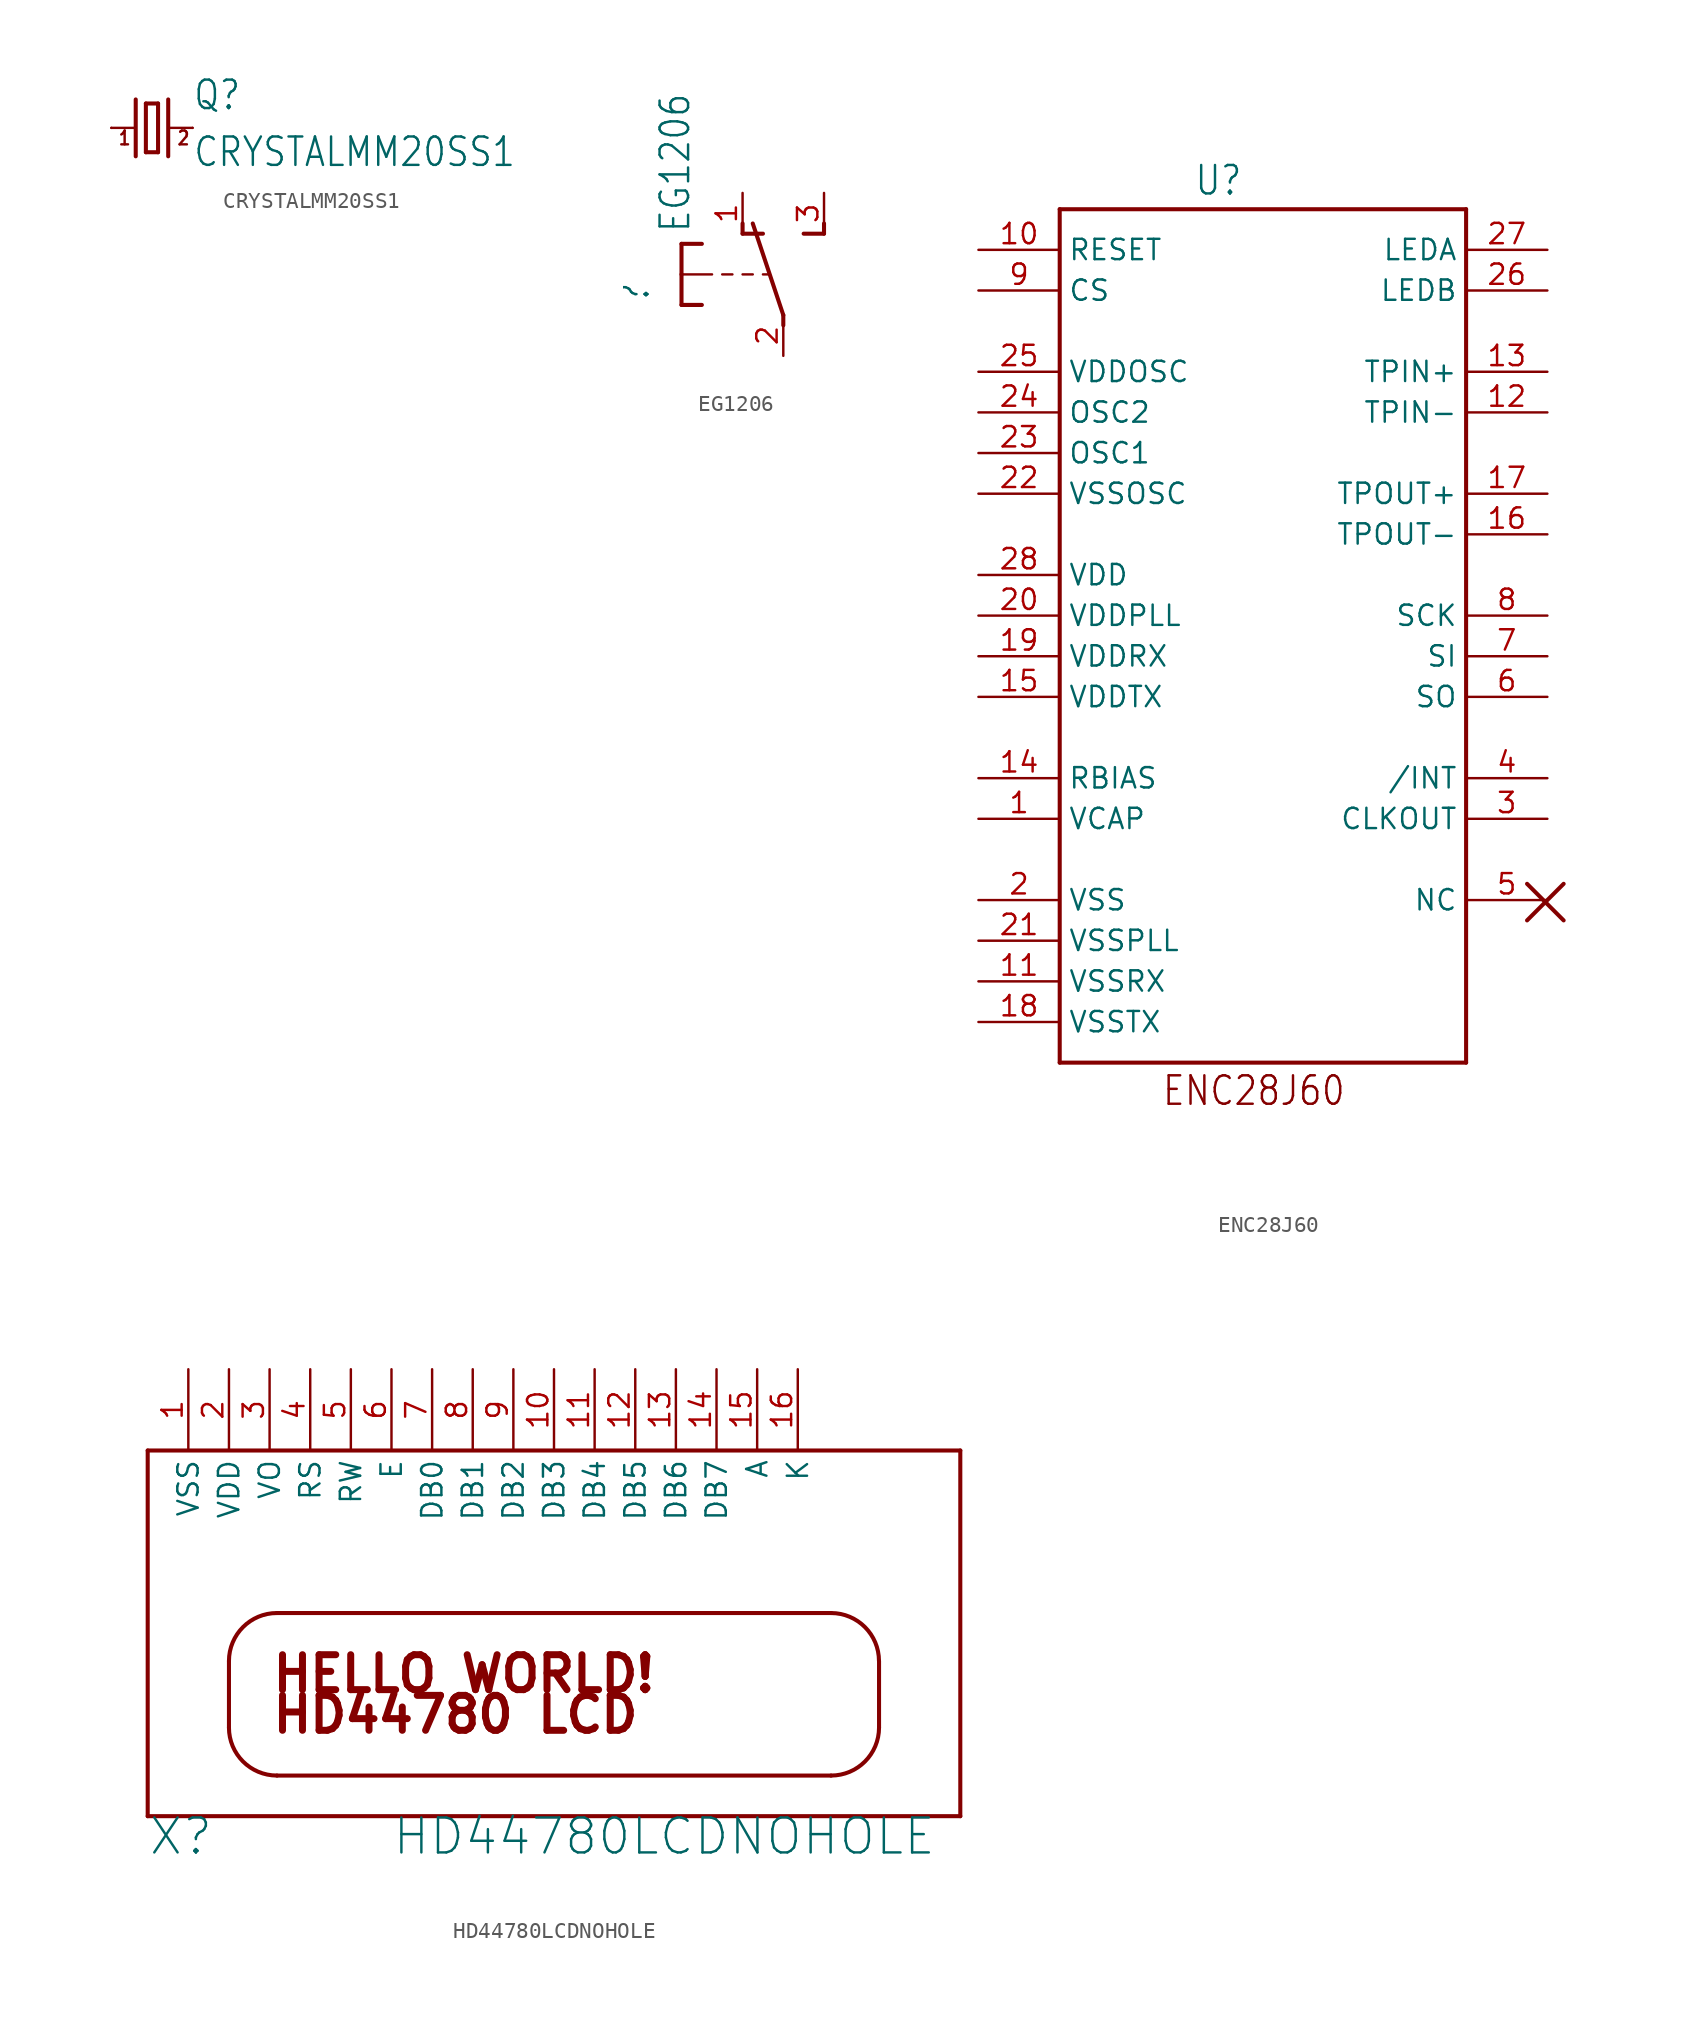
<source format=kicad_sym>
(kicad_symbol_lib
  (version 20211014)
  (generator kicad_symbol_editor)
  (symbol "CRYSTALMM20SS1"
    (property "Reference" "Q"
      (at 2.54 1.016 0)
      (effects (font (size 1.778 1.511)) (justify left bottom)))
    (property "Value" "CRYSTALMM20SS1"
      (at 2.54 -2.54 0)
      (effects (font (size 1.778 1.511)) (justify left bottom)))
    (property "ki_locked" ""
      (at 0 0 0)
      (effects (font (size 1.27 1.27))))
    (symbol "CRYSTALMM20SS1_1_0"
      (polyline (pts (xy -2.54 0) (xy -1.016 0)) (stroke (width 0.152) (type default) (color 0 0 0 0)) (fill (type none)))
      (polyline (pts (xy -1.016 1.778) (xy -1.016 -1.778)) (stroke (width 0.254) (type default) (color 0 0 0 0)) (fill (type none)))
      (polyline (pts (xy -0.381 -1.524) (xy 0.381 -1.524)) (stroke (width 0.254) (type default) (color 0 0 0 0)) (fill (type none)))
      (polyline (pts (xy -0.381 1.524) (xy -0.381 -1.524)) (stroke (width 0.254) (type default) (color 0 0 0 0)) (fill (type none)))
      (polyline (pts (xy 0.381 -1.524) (xy 0.381 1.524)) (stroke (width 0.254) (type default) (color 0 0 0 0)) (fill (type none)))
      (polyline (pts (xy 0.381 1.524) (xy -0.381 1.524)) (stroke (width 0.254) (type default) (color 0 0 0 0)) (fill (type none)))
      (polyline (pts (xy 1.016 0) (xy 2.54 0)) (stroke (width 0.152) (type default) (color 0 0 0 0)) (fill (type none)))
      (polyline (pts (xy 1.016 1.778) (xy 1.016 -1.778)) (stroke (width 0.254) (type default) (color 0 0 0 0)) (fill (type none)))
      (text "1" (at -2.159 -1.143 0) (effects (font (size 0.864 0.734)) (justify left bottom)))
      (text "2" (at 1.524 -1.143 0) (effects (font (size 0.864 0.734)) (justify left bottom)))
      (pin passive line (at -2.54 0 0) (length 0) (name "1" (effects (font (size 0 0)))) (number "1" (effects (font (size 0 0)))))
      (pin passive line (at 2.54 0 180) (length 0) (name "2" (effects (font (size 0 0)))) (number "4" (effects (font (size 0 0)))))))
  (symbol "EG1206"
    (property "Reference" ""
      (at -8.255 -1.905 90)
      (effects (font (size 1.778 1.511)) (justify left bottom)))
    (property "Value" "EG1206"
      (at -5.715 2.54 90)
      (effects (font (size 1.778 1.511)) (justify left bottom)))
    (property "ki_locked" ""
      (at 0 0 0)
      (effects (font (size 1.27 1.27))))
    (symbol "EG1206_1_0"
      (polyline (pts (xy -6.35 -1.905) (xy -5.08 -1.905)) (stroke (width 0.254) (type default) (color 0 0 0 0)) (fill (type none)))
      (polyline (pts (xy -6.35 0) (xy -6.35 -1.905)) (stroke (width 0.254) (type default) (color 0 0 0 0)) (fill (type none)))
      (polyline (pts (xy -6.35 0) (xy -4.445 0)) (stroke (width 0.152) (type default) (color 0 0 0 0)) (fill (type none)))
      (polyline (pts (xy -6.35 1.905) (xy -6.35 0)) (stroke (width 0.254) (type default) (color 0 0 0 0)) (fill (type none)))
      (polyline (pts (xy -6.35 1.905) (xy -5.08 1.905)) (stroke (width 0.254) (type default) (color 0 0 0 0)) (fill (type none)))
      (polyline (pts (xy -3.175 0) (xy -3.81 0)) (stroke (width 0.152) (type default) (color 0 0 0 0)) (fill (type none)))
      (polyline (pts (xy -2.54 2.54) (xy -2.54 3.175)) (stroke (width 0.254) (type default) (color 0 0 0 0)) (fill (type none)))
      (polyline (pts (xy -2.54 2.54) (xy -1.27 2.54)) (stroke (width 0.254) (type default) (color 0 0 0 0)) (fill (type none)))
      (polyline (pts (xy -1.905 0) (xy -2.54 0)) (stroke (width 0.152) (type default) (color 0 0 0 0)) (fill (type none)))
      (polyline (pts (xy -0.889 0) (xy -1.27 0)) (stroke (width 0.152) (type default) (color 0 0 0 0)) (fill (type none)))
      (polyline (pts (xy 0 -3.175) (xy 0 -2.54)) (stroke (width 0.254) (type default) (color 0 0 0 0)) (fill (type none)))
      (polyline (pts (xy 0 -2.54) (xy -1.905 3.175)) (stroke (width 0.254) (type default) (color 0 0 0 0)) (fill (type none)))
      (polyline (pts (xy 1.27 2.54) (xy 2.54 2.54)) (stroke (width 0.254) (type default) (color 0 0 0 0)) (fill (type none)))
      (polyline (pts (xy 2.54 2.54) (xy 2.54 3.175)) (stroke (width 0.254) (type default) (color 0 0 0 0)) (fill (type none)))
      (pin passive line (at -2.54 5.08 270) (length 2.54) (name "O" (effects (font (size 0 0)))) (number "1" (effects (font (size 1.27 1.27)))))
      (pin passive line (at 0 -5.08 90) (length 2.54) (name "P" (effects (font (size 0 0)))) (number "2" (effects (font (size 1.27 1.27)))))
      (pin passive line (at 2.54 5.08 270) (length 2.54) (name "S" (effects (font (size 0 0)))) (number "3" (effects (font (size 1.27 1.27)))))))
  (symbol "ENC28J60"
    (property "Reference" "U"
      (at -4.318 26.162 0)
      (effects (font (size 1.778 1.511)) (justify left bottom)))
    (property "ki_locked" ""
      (at 0 0 0)
      (effects (font (size 1.27 1.27))))
    (symbol "ENC28J60_1_0"
      (polyline (pts (xy -12.7 -27.94) (xy 12.7 -27.94)) (stroke (width 0.254) (type default) (color 0 0 0 0)) (fill (type none)))
      (polyline (pts (xy -12.7 25.4) (xy -12.7 -27.94)) (stroke (width 0.254) (type default) (color 0 0 0 0)) (fill (type none)))
      (polyline (pts (xy 12.7 -27.94) (xy 12.7 25.4)) (stroke (width 0.254) (type default) (color 0 0 0 0)) (fill (type none)))
      (polyline (pts (xy 12.7 25.4) (xy -12.7 25.4)) (stroke (width 0.254) (type default) (color 0 0 0 0)) (fill (type none)))
      (polyline (pts (xy 16.51 -19.05) (xy 18.796 -16.764)) (stroke (width 0.254) (type default) (color 0 0 0 0)) (fill (type none)))
      (polyline (pts (xy 18.796 -19.05) (xy 16.51 -16.764)) (stroke (width 0.254) (type default) (color 0 0 0 0)) (fill (type none)))
      (text "ENC28J60" (at -6.35 -30.734 0) (effects (font (size 1.778 1.511)) (justify left bottom)))
      (pin bidirectional line (at -17.78 -12.7 0) (length 5.08) (name "VCAP" (effects (font (size 1.27 1.27)))) (number "1" (effects (font (size 1.27 1.27)))))
      (pin bidirectional line (at -17.78 22.86 0) (length 5.08) (name "RESET" (effects (font (size 1.27 1.27)))) (number "10" (effects (font (size 1.27 1.27)))))
      (pin bidirectional line (at -17.78 -22.86 0) (length 5.08) (name "VSSRX" (effects (font (size 1.27 1.27)))) (number "11" (effects (font (size 1.27 1.27)))))
      (pin bidirectional line (at 17.78 12.7 180) (length 5.08) (name "TPIN-" (effects (font (size 1.27 1.27)))) (number "12" (effects (font (size 1.27 1.27)))))
      (pin bidirectional line (at 17.78 15.24 180) (length 5.08) (name "TPIN+" (effects (font (size 1.27 1.27)))) (number "13" (effects (font (size 1.27 1.27)))))
      (pin bidirectional line (at -17.78 -10.16 0) (length 5.08) (name "RBIAS" (effects (font (size 1.27 1.27)))) (number "14" (effects (font (size 1.27 1.27)))))
      (pin bidirectional line (at -17.78 -5.08 0) (length 5.08) (name "VDDTX" (effects (font (size 1.27 1.27)))) (number "15" (effects (font (size 1.27 1.27)))))
      (pin bidirectional line (at 17.78 5.08 180) (length 5.08) (name "TPOUT-" (effects (font (size 1.27 1.27)))) (number "16" (effects (font (size 1.27 1.27)))))
      (pin bidirectional line (at 17.78 7.62 180) (length 5.08) (name "TPOUT+" (effects (font (size 1.27 1.27)))) (number "17" (effects (font (size 1.27 1.27)))))
      (pin bidirectional line (at -17.78 -25.4 0) (length 5.08) (name "VSSTX" (effects (font (size 1.27 1.27)))) (number "18" (effects (font (size 1.27 1.27)))))
      (pin bidirectional line (at -17.78 -2.54 0) (length 5.08) (name "VDDRX" (effects (font (size 1.27 1.27)))) (number "19" (effects (font (size 1.27 1.27)))))
      (pin bidirectional line (at -17.78 -17.78 0) (length 5.08) (name "VSS" (effects (font (size 1.27 1.27)))) (number "2" (effects (font (size 1.27 1.27)))))
      (pin bidirectional line (at -17.78 0 0) (length 5.08) (name "VDDPLL" (effects (font (size 1.27 1.27)))) (number "20" (effects (font (size 1.27 1.27)))))
      (pin bidirectional line (at -17.78 -20.32 0) (length 5.08) (name "VSSPLL" (effects (font (size 1.27 1.27)))) (number "21" (effects (font (size 1.27 1.27)))))
      (pin bidirectional line (at -17.78 7.62 0) (length 5.08) (name "VSSOSC" (effects (font (size 1.27 1.27)))) (number "22" (effects (font (size 1.27 1.27)))))
      (pin bidirectional line (at -17.78 10.16 0) (length 5.08) (name "OSC1" (effects (font (size 1.27 1.27)))) (number "23" (effects (font (size 1.27 1.27)))))
      (pin bidirectional line (at -17.78 12.7 0) (length 5.08) (name "OSC2" (effects (font (size 1.27 1.27)))) (number "24" (effects (font (size 1.27 1.27)))))
      (pin bidirectional line (at -17.78 15.24 0) (length 5.08) (name "VDDOSC" (effects (font (size 1.27 1.27)))) (number "25" (effects (font (size 1.27 1.27)))))
      (pin bidirectional line (at 17.78 20.32 180) (length 5.08) (name "LEDB" (effects (font (size 1.27 1.27)))) (number "26" (effects (font (size 1.27 1.27)))))
      (pin bidirectional line (at 17.78 22.86 180) (length 5.08) (name "LEDA" (effects (font (size 1.27 1.27)))) (number "27" (effects (font (size 1.27 1.27)))))
      (pin bidirectional line (at -17.78 2.54 0) (length 5.08) (name "VDD" (effects (font (size 1.27 1.27)))) (number "28" (effects (font (size 1.27 1.27)))))
      (pin bidirectional line (at 17.78 -12.7 180) (length 5.08) (name "CLKOUT" (effects (font (size 1.27 1.27)))) (number "3" (effects (font (size 1.27 1.27)))))
      (pin bidirectional line (at 17.78 -10.16 180) (length 5.08) (name "/INT" (effects (font (size 1.27 1.27)))) (number "4" (effects (font (size 1.27 1.27)))))
      (pin bidirectional line (at 17.78 -17.78 180) (length 5.08) (name "NC" (effects (font (size 1.27 1.27)))) (number "5" (effects (font (size 1.27 1.27)))))
      (pin bidirectional line (at 17.78 -5.08 180) (length 5.08) (name "SO" (effects (font (size 1.27 1.27)))) (number "6" (effects (font (size 1.27 1.27)))))
      (pin bidirectional line (at 17.78 -2.54 180) (length 5.08) (name "SI" (effects (font (size 1.27 1.27)))) (number "7" (effects (font (size 1.27 1.27)))))
      (pin bidirectional line (at 17.78 0 180) (length 5.08) (name "SCK" (effects (font (size 1.27 1.27)))) (number "8" (effects (font (size 1.27 1.27)))))
      (pin bidirectional line (at -17.78 20.32 0) (length 5.08) (name "CS" (effects (font (size 1.27 1.27)))) (number "9" (effects (font (size 1.27 1.27)))))))
  (symbol "HD44780LCDNOHOLE"
    (property "Reference" "X"
      (at -25.4 -12.7 0)
      (effects (font (size 2.184 2.184)) (justify left bottom)))
    (property "Value" "HD44780LCDNOHOLE"
      (at -10.16 -12.7 0)
      (effects (font (size 2.184 2.184)) (justify left bottom)))
    (property "ki_locked" ""
      (at 0 0 0)
      (effects (font (size 1.27 1.27))))
    (symbol "HD44780LCDNOHOLE_1_0"
      (arc (start -20.32 -4.62) (mid -19.4413 -6.7413) (end -17.32 -7.62) (stroke (width 0.254) (type default) (color 0 0 0 0)) (fill (type none)))
      (arc (start -17.32 2.54) (mid -19.4413 1.6613) (end -20.32 -0.46) (stroke (width 0.254) (type default) (color 0 0 0 0)) (fill (type none)))
      (polyline (pts (xy -25.4 -10.16) (xy 25.4 -10.16)) (stroke (width 0.254) (type default) (color 0 0 0 0)) (fill (type none)))
      (polyline (pts (xy -25.4 12.7) (xy -25.4 -10.16)) (stroke (width 0.254) (type default) (color 0 0 0 0)) (fill (type none)))
      (polyline (pts (xy -20.32 -4.62) (xy -20.32 -0.46)) (stroke (width 0.254) (type default) (color 0 0 0 0)) (fill (type none)))
      (polyline (pts (xy -17.32 2.54) (xy 17.32 2.54)) (stroke (width 0.254) (type default) (color 0 0 0 0)) (fill (type none)))
      (polyline (pts (xy 17.32 -7.62) (xy -17.32 -7.62)) (stroke (width 0.254) (type default) (color 0 0 0 0)) (fill (type none)))
      (polyline (pts (xy 20.32 -0.46) (xy 20.32 -4.62)) (stroke (width 0.254) (type default) (color 0 0 0 0)) (fill (type none)))
      (polyline (pts (xy 25.4 -10.16) (xy 25.4 12.7)) (stroke (width 0.254) (type default) (color 0 0 0 0)) (fill (type none)))
      (polyline (pts (xy 25.4 12.7) (xy -25.4 12.7)) (stroke (width 0.254) (type default) (color 0 0 0 0)) (fill (type none)))
      (arc (start 17.32 -7.62) (mid 19.4413 -6.7413) (end 20.32 -4.62) (stroke (width 0.254) (type default) (color 0 0 0 0)) (fill (type none)))
      (arc (start 20.32 -0.46) (mid 19.4413 1.6613) (end 17.32 2.54) (stroke (width 0.254) (type default) (color 0 0 0 0)) (fill (type none)))
      (text "HD44780 LCD " (at -17.78 -5.08 0) (effects (font (size 2.184 2.184) (thickness 0.437) bold) (justify left bottom)))
      (text "HELLO WORLD!" (at -17.78 -2.54 0) (effects (font (size 2.184 2.184) (thickness 0.437) bold) (justify left bottom)))
      (pin power_in line (at -22.86 17.78 270) (length 5.08) (name "VSS" (effects (font (size 1.27 1.27)))) (number "1" (effects (font (size 1.27 1.27)))))
      (pin bidirectional line (at 0 17.78 270) (length 5.08) (name "DB3" (effects (font (size 1.27 1.27)))) (number "10" (effects (font (size 1.27 1.27)))))
      (pin bidirectional line (at 2.54 17.78 270) (length 5.08) (name "DB4" (effects (font (size 1.27 1.27)))) (number "11" (effects (font (size 1.27 1.27)))))
      (pin bidirectional line (at 5.08 17.78 270) (length 5.08) (name "DB5" (effects (font (size 1.27 1.27)))) (number "12" (effects (font (size 1.27 1.27)))))
      (pin bidirectional line (at 7.62 17.78 270) (length 5.08) (name "DB6" (effects (font (size 1.27 1.27)))) (number "13" (effects (font (size 1.27 1.27)))))
      (pin bidirectional line (at 10.16 17.78 270) (length 5.08) (name "DB7" (effects (font (size 1.27 1.27)))) (number "14" (effects (font (size 1.27 1.27)))))
      (pin input line (at 12.7 17.78 270) (length 5.08) (name "A" (effects (font (size 1.27 1.27)))) (number "15" (effects (font (size 1.27 1.27)))))
      (pin input line (at 15.24 17.78 270) (length 5.08) (name "K" (effects (font (size 1.27 1.27)))) (number "16" (effects (font (size 1.27 1.27)))))
      (pin power_in line (at -20.32 17.78 270) (length 5.08) (name "VDD" (effects (font (size 1.27 1.27)))) (number "2" (effects (font (size 1.27 1.27)))))
      (pin input line (at -17.78 17.78 270) (length 5.08) (name "VO" (effects (font (size 1.27 1.27)))) (number "3" (effects (font (size 1.27 1.27)))))
      (pin input line (at -15.24 17.78 270) (length 5.08) (name "RS" (effects (font (size 1.27 1.27)))) (number "4" (effects (font (size 1.27 1.27)))))
      (pin input line (at -12.7 17.78 270) (length 5.08) (name "RW" (effects (font (size 1.27 1.27)))) (number "5" (effects (font (size 1.27 1.27)))))
      (pin input line (at -10.16 17.78 270) (length 5.08) (name "E" (effects (font (size 1.27 1.27)))) (number "6" (effects (font (size 1.27 1.27)))))
      (pin bidirectional line (at -7.62 17.78 270) (length 5.08) (name "DB0" (effects (font (size 1.27 1.27)))) (number "7" (effects (font (size 1.27 1.27)))))
      (pin bidirectional line (at -5.08 17.78 270) (length 5.08) (name "DB1" (effects (font (size 1.27 1.27)))) (number "8" (effects (font (size 1.27 1.27)))))
      (pin bidirectional line (at -2.54 17.78 270) (length 5.08) (name "DB2" (effects (font (size 1.27 1.27)))) (number "9" (effects (font (size 1.27 1.27))))))))
</source>
